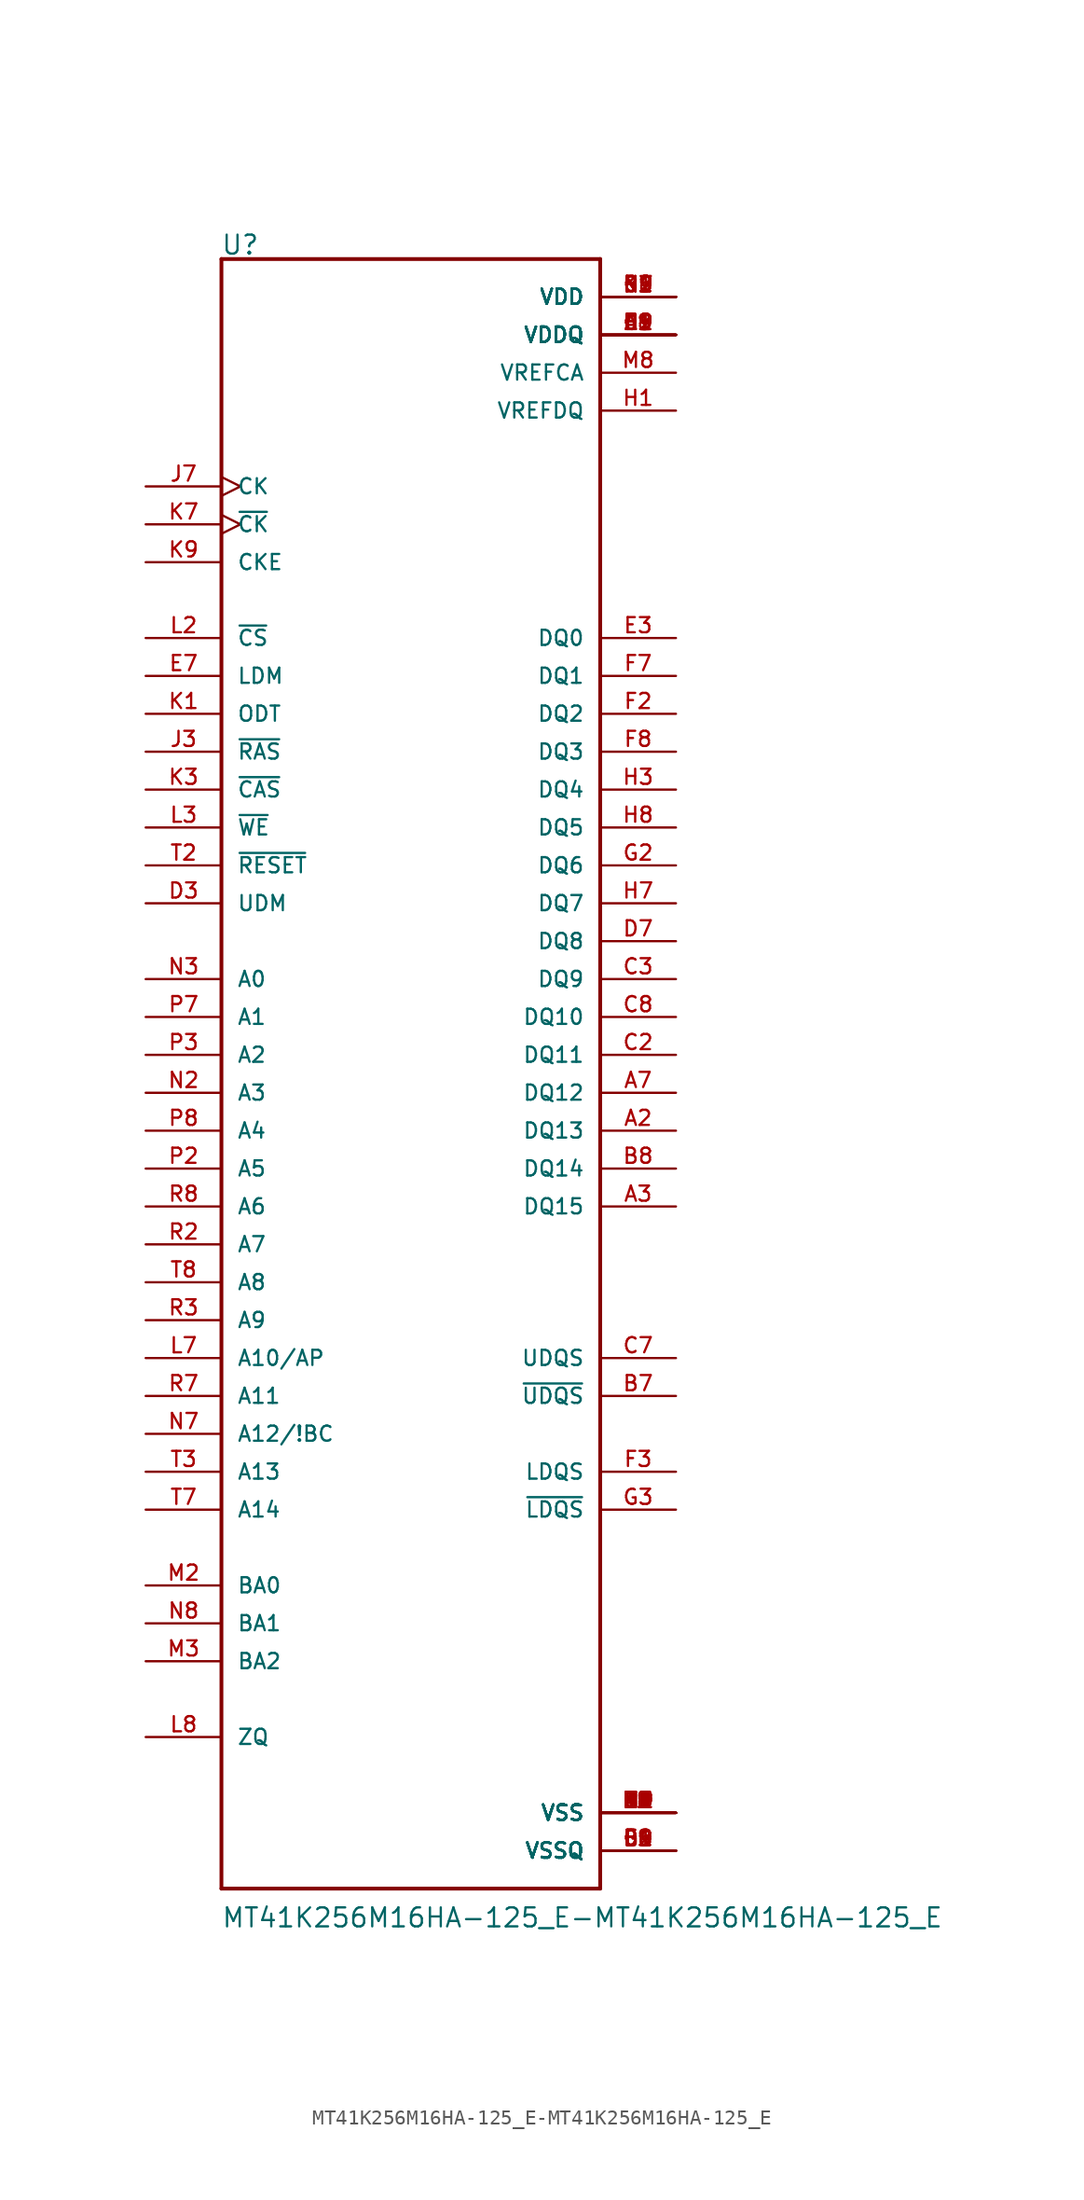
<source format=kicad_sym>
(kicad_symbol_lib
  (version 20220914)
  (generator kicad_symbol_editor)
  (symbol "MT41K256M16HA-125_E-MT41K256M16HA-125_E"
    (pin_names
      (offset 1.016))
    (property "Reference" "U"
      (at -12.751 56.083 0)
      (effects (font (size 1.27 1.27)) (justify left bottom)))
    (property "Value" "MT41K256M16HA-125_E-MT41K256M16HA-125_E"
      (at -12.725 -56.032 0)
      (effects (font (size 1.27 1.27)) (justify left bottom)))
    (property "ki_locked" ""
      (at 0 0 0)
      (effects (font (size 1.27 1.27))))
    (symbol "MT41K256M16HA-125_E-MT41K256M16HA-125_E_0_0"
      (polyline (pts (xy -12.7 -53.34) (xy -12.7 55.88)) (stroke (width 0.254) (type solid)) (fill (type none)))
      (polyline (pts (xy -12.7 55.88) (xy 12.7 55.88)) (stroke (width 0.254) (type solid)) (fill (type none)))
      (polyline (pts (xy 12.7 -53.34) (xy -12.7 -53.34)) (stroke (width 0.254) (type solid)) (fill (type none)))
      (polyline (pts (xy 12.7 55.88) (xy 12.7 -53.34)) (stroke (width 0.254) (type solid)) (fill (type none)))
      (pin power_in line (at 17.78 50.8 180) (length 5.08) (name "VDDQ" (effects (font (size 1.016 1.016)))) (number "A1" (effects (font (size 1.016 1.016)))))
      (pin bidirectional line (at 17.78 -2.54 180) (length 5.08) (name "DQ13" (effects (font (size 1.016 1.016)))) (number "A2" (effects (font (size 1.016 1.016)))))
      (pin bidirectional line (at 17.78 -7.62 180) (length 5.08) (name "DQ15" (effects (font (size 1.016 1.016)))) (number "A3" (effects (font (size 1.016 1.016)))))
      (pin bidirectional line (at 17.78 0 180) (length 5.08) (name "DQ12" (effects (font (size 1.016 1.016)))) (number "A7" (effects (font (size 1.016 1.016)))))
      (pin power_in line (at 17.78 50.8 180) (length 5.08) (name "VDDQ" (effects (font (size 1.016 1.016)))) (number "A8" (effects (font (size 1.016 1.016)))))
      (pin power_in line (at 17.78 -48.26 180) (length 5.08) (name "VSS" (effects (font (size 1.016 1.016)))) (number "A9" (effects (font (size 1.016 1.016)))))
      (pin power_in line (at 17.78 -50.8 180) (length 5.08) (name "VSSQ" (effects (font (size 1.016 1.016)))) (number "B1" (effects (font (size 1.016 1.016)))))
      (pin power_in line (at 17.78 53.34 180) (length 5.08) (name "VDD" (effects (font (size 1.016 1.016)))) (number "B2" (effects (font (size 1.016 1.016)))))
      (pin power_in line (at 17.78 -48.26 180) (length 5.08) (name "VSS" (effects (font (size 1.016 1.016)))) (number "B3" (effects (font (size 1.016 1.016)))))
      (pin bidirectional line (at 17.78 -20.32 180) (length 5.08) (name "~{UDQS}" (effects (font (size 1.016 1.016)))) (number "B7" (effects (font (size 1.016 1.016)))))
      (pin bidirectional line (at 17.78 -5.08 180) (length 5.08) (name "DQ14" (effects (font (size 1.016 1.016)))) (number "B8" (effects (font (size 1.016 1.016)))))
      (pin power_in line (at 17.78 -50.8 180) (length 5.08) (name "VSSQ" (effects (font (size 1.016 1.016)))) (number "B9" (effects (font (size 1.016 1.016)))))
      (pin power_in line (at 17.78 50.8 180) (length 5.08) (name "VDDQ" (effects (font (size 1.016 1.016)))) (number "C1" (effects (font (size 1.016 1.016)))))
      (pin bidirectional line (at 17.78 2.54 180) (length 5.08) (name "DQ11" (effects (font (size 1.016 1.016)))) (number "C2" (effects (font (size 1.016 1.016)))))
      (pin bidirectional line (at 17.78 7.62 180) (length 5.08) (name "DQ9" (effects (font (size 1.016 1.016)))) (number "C3" (effects (font (size 1.016 1.016)))))
      (pin bidirectional line (at 17.78 -17.78 180) (length 5.08) (name "UDQS" (effects (font (size 1.016 1.016)))) (number "C7" (effects (font (size 1.016 1.016)))))
      (pin bidirectional line (at 17.78 5.08 180) (length 5.08) (name "DQ10" (effects (font (size 1.016 1.016)))) (number "C8" (effects (font (size 1.016 1.016)))))
      (pin power_in line (at 17.78 50.8 180) (length 5.08) (name "VDDQ" (effects (font (size 1.016 1.016)))) (number "C9" (effects (font (size 1.016 1.016)))))
      (pin power_in line (at 17.78 -50.8 180) (length 5.08) (name "VSSQ" (effects (font (size 1.016 1.016)))) (number "D1" (effects (font (size 1.016 1.016)))))
      (pin power_in line (at 17.78 50.8 180) (length 5.08) (name "VDDQ" (effects (font (size 1.016 1.016)))) (number "D2" (effects (font (size 1.016 1.016)))))
      (pin input line (at -17.78 12.7 0) (length 5.08) (name "UDM" (effects (font (size 1.016 1.016)))) (number "D3" (effects (font (size 1.016 1.016)))))
      (pin bidirectional line (at 17.78 10.16 180) (length 5.08) (name "DQ8" (effects (font (size 1.016 1.016)))) (number "D7" (effects (font (size 1.016 1.016)))))
      (pin power_in line (at 17.78 -50.8 180) (length 5.08) (name "VSSQ" (effects (font (size 1.016 1.016)))) (number "D8" (effects (font (size 1.016 1.016)))))
      (pin power_in line (at 17.78 53.34 180) (length 5.08) (name "VDD" (effects (font (size 1.016 1.016)))) (number "D9" (effects (font (size 1.016 1.016)))))
      (pin power_in line (at 17.78 -48.26 180) (length 5.08) (name "VSS" (effects (font (size 1.016 1.016)))) (number "E1" (effects (font (size 1.016 1.016)))))
      (pin power_in line (at 17.78 -50.8 180) (length 5.08) (name "VSSQ" (effects (font (size 1.016 1.016)))) (number "E2" (effects (font (size 1.016 1.016)))))
      (pin bidirectional line (at 17.78 30.48 180) (length 5.08) (name "DQ0" (effects (font (size 1.016 1.016)))) (number "E3" (effects (font (size 1.016 1.016)))))
      (pin input line (at -17.78 27.94 0) (length 5.08) (name "LDM" (effects (font (size 1.016 1.016)))) (number "E7" (effects (font (size 1.016 1.016)))))
      (pin power_in line (at 17.78 -50.8 180) (length 5.08) (name "VSSQ" (effects (font (size 1.016 1.016)))) (number "E8" (effects (font (size 1.016 1.016)))))
      (pin power_in line (at 17.78 50.8 180) (length 5.08) (name "VDDQ" (effects (font (size 1.016 1.016)))) (number "E9" (effects (font (size 1.016 1.016)))))
      (pin power_in line (at 17.78 50.8 180) (length 5.08) (name "VDDQ" (effects (font (size 1.016 1.016)))) (number "F1" (effects (font (size 1.016 1.016)))))
      (pin bidirectional line (at 17.78 25.4 180) (length 5.08) (name "DQ2" (effects (font (size 1.016 1.016)))) (number "F2" (effects (font (size 1.016 1.016)))))
      (pin bidirectional line (at 17.78 -25.4 180) (length 5.08) (name "LDQS" (effects (font (size 1.016 1.016)))) (number "F3" (effects (font (size 1.016 1.016)))))
      (pin bidirectional line (at 17.78 27.94 180) (length 5.08) (name "DQ1" (effects (font (size 1.016 1.016)))) (number "F7" (effects (font (size 1.016 1.016)))))
      (pin bidirectional line (at 17.78 22.86 180) (length 5.08) (name "DQ3" (effects (font (size 1.016 1.016)))) (number "F8" (effects (font (size 1.016 1.016)))))
      (pin power_in line (at 17.78 -50.8 180) (length 5.08) (name "VSSQ" (effects (font (size 1.016 1.016)))) (number "F9" (effects (font (size 1.016 1.016)))))
      (pin power_in line (at 17.78 -50.8 180) (length 5.08) (name "VSSQ" (effects (font (size 1.016 1.016)))) (number "G1" (effects (font (size 1.016 1.016)))))
      (pin bidirectional line (at 17.78 15.24 180) (length 5.08) (name "DQ6" (effects (font (size 1.016 1.016)))) (number "G2" (effects (font (size 1.016 1.016)))))
      (pin bidirectional line (at 17.78 -27.94 180) (length 5.08) (name "~{LDQS}" (effects (font (size 1.016 1.016)))) (number "G3" (effects (font (size 1.016 1.016)))))
      (pin power_in line (at 17.78 53.34 180) (length 5.08) (name "VDD" (effects (font (size 1.016 1.016)))) (number "G7" (effects (font (size 1.016 1.016)))))
      (pin power_in line (at 17.78 -48.26 180) (length 5.08) (name "VSS" (effects (font (size 1.016 1.016)))) (number "G8" (effects (font (size 1.016 1.016)))))
      (pin power_in line (at 17.78 -50.8 180) (length 5.08) (name "VSSQ" (effects (font (size 1.016 1.016)))) (number "G9" (effects (font (size 1.016 1.016)))))
      (pin power_in line (at 17.78 45.72 180) (length 5.08) (name "VREFDQ" (effects (font (size 1.016 1.016)))) (number "H1" (effects (font (size 1.016 1.016)))))
      (pin power_in line (at 17.78 50.8 180) (length 5.08) (name "VDDQ" (effects (font (size 1.016 1.016)))) (number "H2" (effects (font (size 1.016 1.016)))))
      (pin bidirectional line (at 17.78 20.32 180) (length 5.08) (name "DQ4" (effects (font (size 1.016 1.016)))) (number "H3" (effects (font (size 1.016 1.016)))))
      (pin bidirectional line (at 17.78 12.7 180) (length 5.08) (name "DQ7" (effects (font (size 1.016 1.016)))) (number "H7" (effects (font (size 1.016 1.016)))))
      (pin bidirectional line (at 17.78 17.78 180) (length 5.08) (name "DQ5" (effects (font (size 1.016 1.016)))) (number "H8" (effects (font (size 1.016 1.016)))))
      (pin power_in line (at 17.78 50.8 180) (length 5.08) (name "VDDQ" (effects (font (size 1.016 1.016)))) (number "H9" (effects (font (size 1.016 1.016)))))
      (pin power_in line (at 17.78 -48.26 180) (length 5.08) (name "VSS" (effects (font (size 1.016 1.016)))) (number "J2" (effects (font (size 1.016 1.016)))))
      (pin input line (at -17.78 22.86 0) (length 5.08) (name "~{RAS}" (effects (font (size 1.016 1.016)))) (number "J3" (effects (font (size 1.016 1.016)))))
      (pin input clock (at -17.78 40.64 0) (length 5.08) (name "CK" (effects (font (size 1.016 1.016)))) (number "J7" (effects (font (size 1.016 1.016)))))
      (pin power_in line (at 17.78 -48.26 180) (length 5.08) (name "VSS" (effects (font (size 1.016 1.016)))) (number "J8" (effects (font (size 1.016 1.016)))))
      (pin input line (at -17.78 25.4 0) (length 5.08) (name "ODT" (effects (font (size 1.016 1.016)))) (number "K1" (effects (font (size 1.016 1.016)))))
      (pin power_in line (at 17.78 53.34 180) (length 5.08) (name "VDD" (effects (font (size 1.016 1.016)))) (number "K2" (effects (font (size 1.016 1.016)))))
      (pin input line (at -17.78 20.32 0) (length 5.08) (name "~{CAS}" (effects (font (size 1.016 1.016)))) (number "K3" (effects (font (size 1.016 1.016)))))
      (pin input clock (at -17.78 38.1 0) (length 5.08) (name "~{CK}" (effects (font (size 1.016 1.016)))) (number "K7" (effects (font (size 1.016 1.016)))))
      (pin power_in line (at 17.78 53.34 180) (length 5.08) (name "VDD" (effects (font (size 1.016 1.016)))) (number "K8" (effects (font (size 1.016 1.016)))))
      (pin input line (at -17.78 35.56 0) (length 5.08) (name "CKE" (effects (font (size 1.016 1.016)))) (number "K9" (effects (font (size 1.016 1.016)))))
      (pin input line (at -17.78 30.48 0) (length 5.08) (name "~{CS}" (effects (font (size 1.016 1.016)))) (number "L2" (effects (font (size 1.016 1.016)))))
      (pin input line (at -17.78 17.78 0) (length 5.08) (name "~{WE}" (effects (font (size 1.016 1.016)))) (number "L3" (effects (font (size 1.016 1.016)))))
      (pin input line (at -17.78 -17.78 0) (length 5.08) (name "A10/AP" (effects (font (size 1.016 1.016)))) (number "L7" (effects (font (size 1.016 1.016)))))
      (pin passive line (at -17.78 -43.18 0) (length 5.08) (name "ZQ" (effects (font (size 1.016 1.016)))) (number "L8" (effects (font (size 1.016 1.016)))))
      (pin power_in line (at 17.78 -48.26 180) (length 5.08) (name "VSS" (effects (font (size 1.016 1.016)))) (number "M1" (effects (font (size 1.016 1.016)))))
      (pin input line (at -17.78 -33.02 0) (length 5.08) (name "BA0" (effects (font (size 1.016 1.016)))) (number "M2" (effects (font (size 1.016 1.016)))))
      (pin input line (at -17.78 -38.1 0) (length 5.08) (name "BA2" (effects (font (size 1.016 1.016)))) (number "M3" (effects (font (size 1.016 1.016)))))
      (pin power_in line (at 17.78 48.26 180) (length 5.08) (name "VREFCA" (effects (font (size 1.016 1.016)))) (number "M8" (effects (font (size 1.016 1.016)))))
      (pin power_in line (at 17.78 -48.26 180) (length 5.08) (name "VSS" (effects (font (size 1.016 1.016)))) (number "M9" (effects (font (size 1.016 1.016)))))
      (pin power_in line (at 17.78 53.34 180) (length 5.08) (name "VDD" (effects (font (size 1.016 1.016)))) (number "N1" (effects (font (size 1.016 1.016)))))
      (pin input line (at -17.78 0 0) (length 5.08) (name "A3" (effects (font (size 1.016 1.016)))) (number "N2" (effects (font (size 1.016 1.016)))))
      (pin input line (at -17.78 7.62 0) (length 5.08) (name "A0" (effects (font (size 1.016 1.016)))) (number "N3" (effects (font (size 1.016 1.016)))))
      (pin input line (at -17.78 -22.86 0) (length 5.08) (name "A12/!BC" (effects (font (size 1.016 1.016)))) (number "N7" (effects (font (size 1.016 1.016)))))
      (pin input line (at -17.78 -35.56 0) (length 5.08) (name "BA1" (effects (font (size 1.016 1.016)))) (number "N8" (effects (font (size 1.016 1.016)))))
      (pin power_in line (at 17.78 53.34 180) (length 5.08) (name "VDD" (effects (font (size 1.016 1.016)))) (number "N9" (effects (font (size 1.016 1.016)))))
      (pin power_in line (at 17.78 -48.26 180) (length 5.08) (name "VSS" (effects (font (size 1.016 1.016)))) (number "P1" (effects (font (size 1.016 1.016)))))
      (pin input line (at -17.78 -5.08 0) (length 5.08) (name "A5" (effects (font (size 1.016 1.016)))) (number "P2" (effects (font (size 1.016 1.016)))))
      (pin input line (at -17.78 2.54 0) (length 5.08) (name "A2" (effects (font (size 1.016 1.016)))) (number "P3" (effects (font (size 1.016 1.016)))))
      (pin input line (at -17.78 5.08 0) (length 5.08) (name "A1" (effects (font (size 1.016 1.016)))) (number "P7" (effects (font (size 1.016 1.016)))))
      (pin input line (at -17.78 -2.54 0) (length 5.08) (name "A4" (effects (font (size 1.016 1.016)))) (number "P8" (effects (font (size 1.016 1.016)))))
      (pin power_in line (at 17.78 -48.26 180) (length 5.08) (name "VSS" (effects (font (size 1.016 1.016)))) (number "P9" (effects (font (size 1.016 1.016)))))
      (pin power_in line (at 17.78 53.34 180) (length 5.08) (name "VDD" (effects (font (size 1.016 1.016)))) (number "R1" (effects (font (size 1.016 1.016)))))
      (pin input line (at -17.78 -10.16 0) (length 5.08) (name "A7" (effects (font (size 1.016 1.016)))) (number "R2" (effects (font (size 1.016 1.016)))))
      (pin input line (at -17.78 -15.24 0) (length 5.08) (name "A9" (effects (font (size 1.016 1.016)))) (number "R3" (effects (font (size 1.016 1.016)))))
      (pin input line (at -17.78 -20.32 0) (length 5.08) (name "A11" (effects (font (size 1.016 1.016)))) (number "R7" (effects (font (size 1.016 1.016)))))
      (pin input line (at -17.78 -7.62 0) (length 5.08) (name "A6" (effects (font (size 1.016 1.016)))) (number "R8" (effects (font (size 1.016 1.016)))))
      (pin power_in line (at 17.78 53.34 180) (length 5.08) (name "VDD" (effects (font (size 1.016 1.016)))) (number "R9" (effects (font (size 1.016 1.016)))))
      (pin power_in line (at 17.78 -48.26 180) (length 5.08) (name "VSS" (effects (font (size 1.016 1.016)))) (number "T1" (effects (font (size 1.016 1.016)))))
      (pin input line (at -17.78 15.24 0) (length 5.08) (name "~{RESET}" (effects (font (size 1.016 1.016)))) (number "T2" (effects (font (size 1.016 1.016)))))
      (pin input line (at -17.78 -25.4 0) (length 5.08) (name "A13" (effects (font (size 1.016 1.016)))) (number "T3" (effects (font (size 1.016 1.016)))))
      (pin input line (at -17.78 -27.94 0) (length 5.08) (name "A14" (effects (font (size 1.016 1.016)))) (number "T7" (effects (font (size 1.016 1.016)))))
      (pin input line (at -17.78 -12.7 0) (length 5.08) (name "A8" (effects (font (size 1.016 1.016)))) (number "T8" (effects (font (size 1.016 1.016)))))
      (pin power_in line (at 17.78 -48.26 180) (length 5.08) (name "VSS" (effects (font (size 1.016 1.016)))) (number "T9" (effects (font (size 1.016 1.016))))))))
</source>
